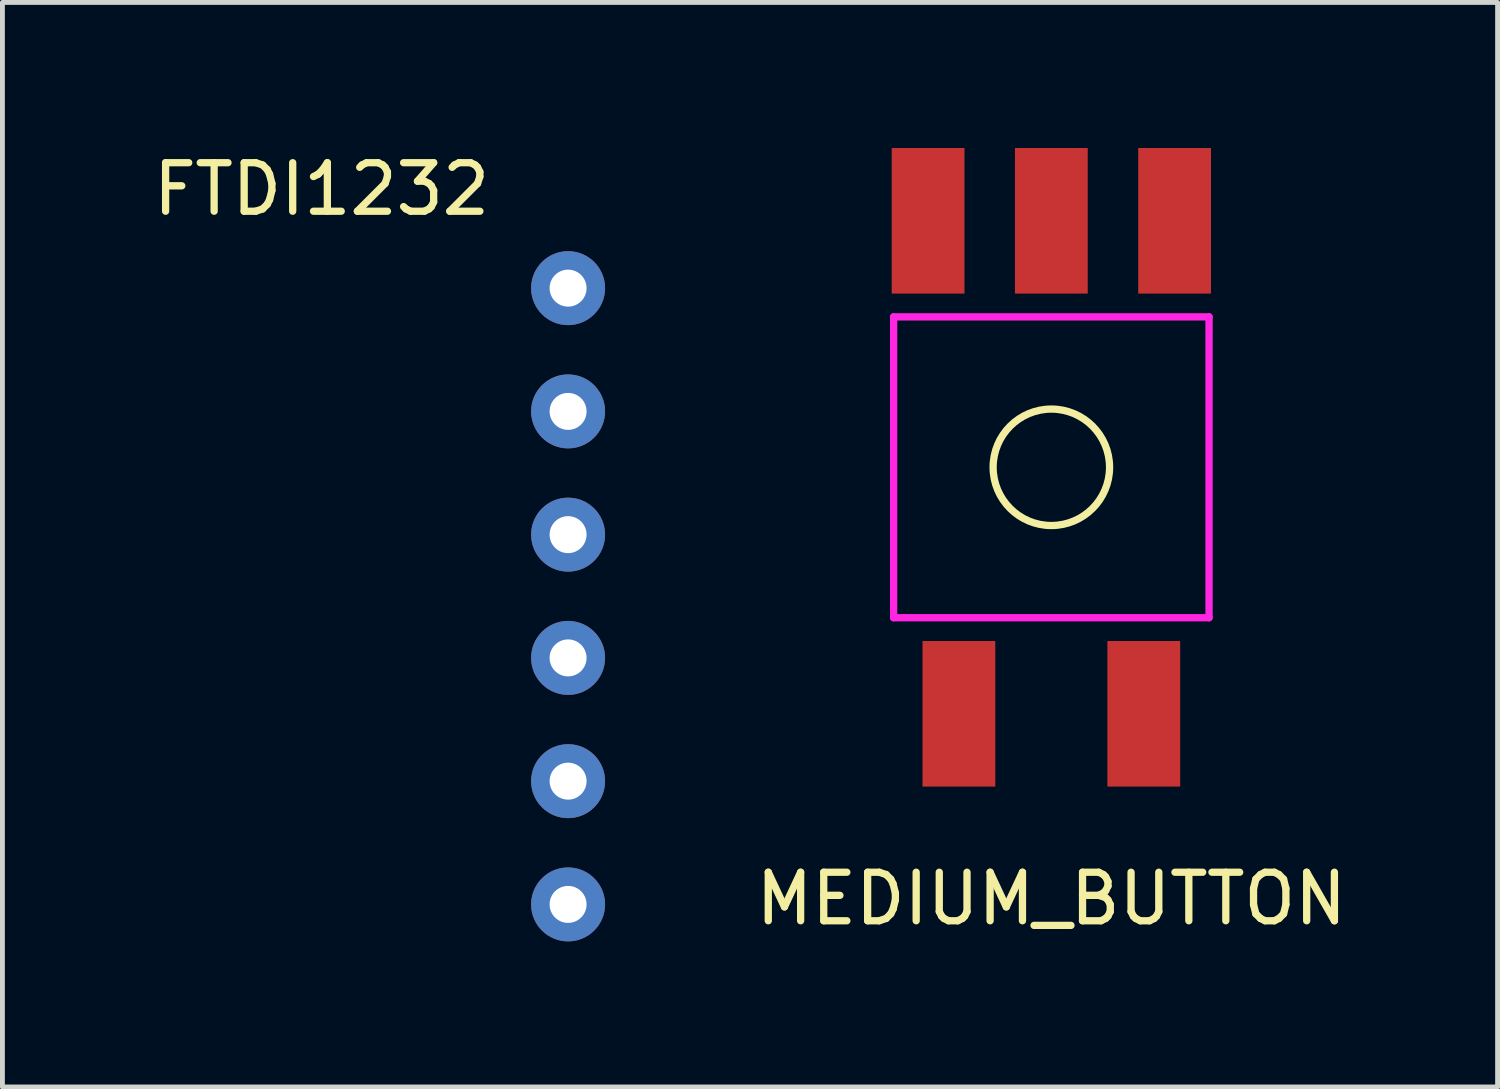
<source format=kicad_pcb>
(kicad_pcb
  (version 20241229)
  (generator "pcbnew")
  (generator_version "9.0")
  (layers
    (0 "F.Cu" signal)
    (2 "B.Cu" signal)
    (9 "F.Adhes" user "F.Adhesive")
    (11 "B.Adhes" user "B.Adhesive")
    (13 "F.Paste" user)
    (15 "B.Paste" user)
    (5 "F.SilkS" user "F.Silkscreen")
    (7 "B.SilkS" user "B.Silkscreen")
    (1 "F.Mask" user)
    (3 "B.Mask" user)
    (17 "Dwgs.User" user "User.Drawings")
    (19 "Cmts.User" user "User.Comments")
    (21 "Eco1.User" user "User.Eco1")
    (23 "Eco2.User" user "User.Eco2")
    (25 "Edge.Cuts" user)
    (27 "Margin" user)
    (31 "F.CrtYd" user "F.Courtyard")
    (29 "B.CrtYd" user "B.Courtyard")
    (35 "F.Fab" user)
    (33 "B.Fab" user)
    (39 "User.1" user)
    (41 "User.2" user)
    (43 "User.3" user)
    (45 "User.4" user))
  (footprint "MEDIUM_BUTTON"
    (layer "F.Cu")
    (at 18.616 6.58)
    (property "Reference" "MEDIUM_BUTTON" (at 0 8.89 0) (layer "F.SilkS") (effects (font (size 1 1) (thickness 0.15))))
    (attr through_hole)
    (fp_circle (center 0 0) (end 1.2 0) (stroke (width 0.15) (type solid)) (fill no) (layer "F.SilkS"))
    (fp_line (start -3.25 -3.1) (end -3.25 3.1) (stroke (width 0.15) (type solid)) (layer "F.CrtYd"))
    (fp_line (start -3.25 3.1) (end 3.25 3.1) (stroke (width 0.15) (type solid)) (layer "F.CrtYd"))
    (fp_line (start 3.25 -3.1) (end -3.25 -3.1) (stroke (width 0.15) (type solid)) (layer "F.CrtYd"))
    (fp_line (start 3.25 3.1) (end 3.25 -3.1) (stroke (width 0.15) (type solid)) (layer "F.CrtYd"))
    (pad "1" smd rect (at -2.54 -5.08) (size 1.5 3) (layers "F.Cu" "F.Mask" "F.Paste"))
    (pad "1" smd rect (at -1.905 5.08) (size 1.5 3) (layers "F.Cu" "F.Mask" "F.Paste"))
    (pad "2" smd rect (at 1.905 5.08) (size 1.5 3) (layers "F.Cu" "F.Mask" "F.Paste"))
    (pad "2" smd rect (at 2.54 -5.08) (size 1.5 3) (layers "F.Cu" "F.Mask" "F.Paste"))
    (pad "3" smd rect (at 0 -5.08) (size 1.5 3) (layers "F.Cu" "F.Mask" "F.Paste")))
  (footprint "FTDI1232"
    (layer "F.Cu")
    (at 3.577 0.348)
    (property "Reference" "FTDI1232" (at 0 0.5 0) (layer "F.SilkS") (effects (font (size 1 1) (thickness 0.15))))
    (attr through_hole)
    (pad "1" thru_hole circle (at 5.08 2.54) (size 1.524 1.524) (drill 0.762) (layers "*.Cu" "*.Mask"))
    (pad "2" thru_hole circle (at 5.08 5.08) (size 1.524 1.524) (drill 0.762) (layers "*.Cu" "*.Mask"))
    (pad "3" thru_hole circle (at 5.08 7.62) (size 1.524 1.524) (drill 0.762) (layers "*.Cu" "*.Mask"))
    (pad "4" thru_hole circle (at 5.08 10.16) (size 1.524 1.524) (drill 0.762) (layers "*.Cu" "*.Mask"))
    (pad "5" thru_hole circle (at 5.08 12.7) (size 1.524 1.524) (drill 0.762) (layers "*.Cu" "*.Mask"))
    (pad "6" thru_hole circle (at 5.08 15.24) (size 1.524 1.524) (drill 0.762) (layers "*.Cu" "*.Mask")))
  (gr_rect
    (start -3 -3)
    (end 27.812 19.35)
    (stroke (width 0.1) (type default))
    (fill no)
    (layer "Edge.Cuts")))
</source>
